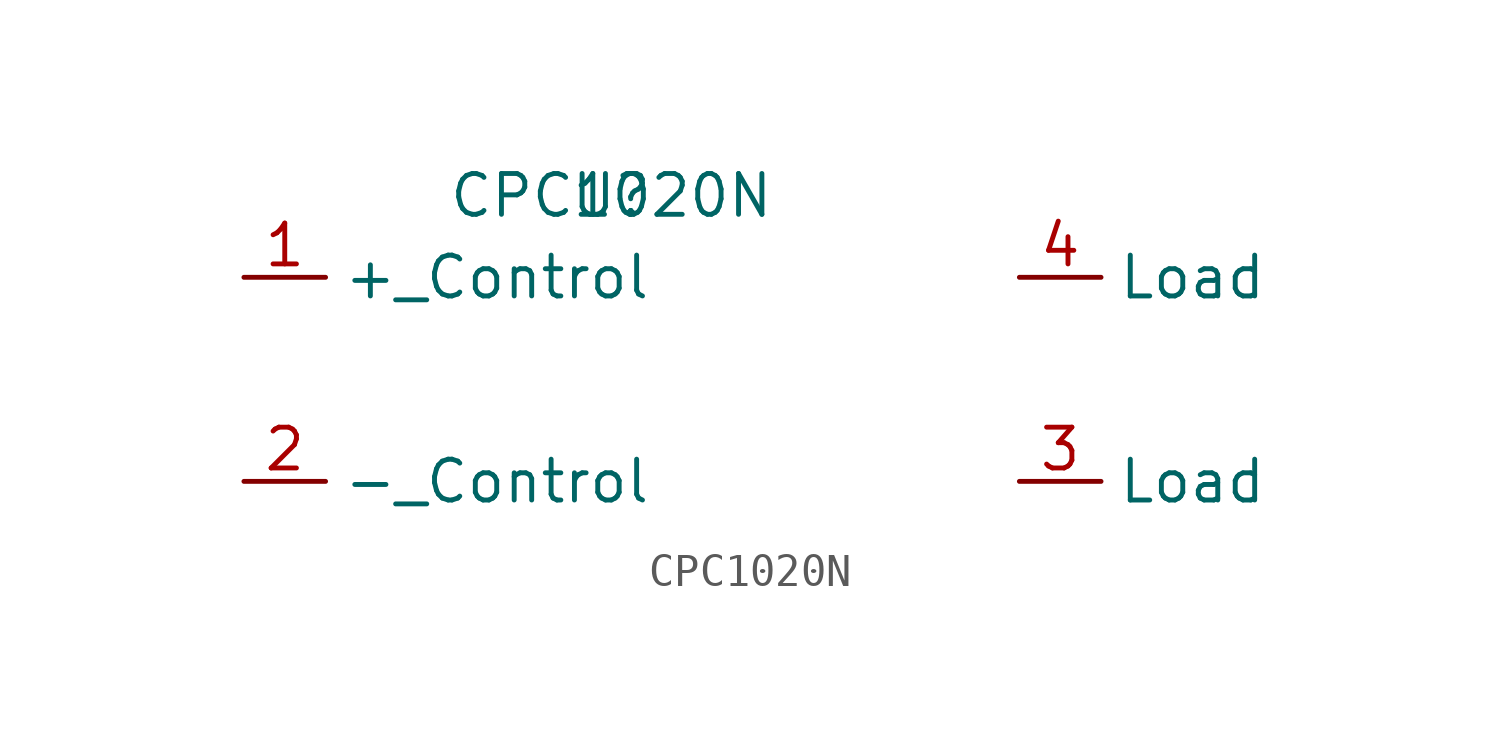
<source format=kicad_sym>
(kicad_symbol_lib
  (version 20211014)
  (generator kicad_symbol_editor)
  (symbol "CPC1020N"
    (property "Reference" "U"
      (at 0 0 0)
      (effects (font (size 1.27 1.27))))
    (property "Value" "CPC1020N"
      (at 0 0 0)
      (effects (font (size 1.27 1.27))))
    (symbol "CPC1020N_1_1"
      (pin input line (at -11.43 -2.54 0) (length 2.54) (name "+_Control" (effects (font (size 1.27 1.27)))) (number "1" (effects (font (size 1.27 1.27)))))
      (pin input line (at -11.43 -8.89 0) (length 2.54) (name "-_Control" (effects (font (size 1.27 1.27)))) (number "2" (effects (font (size 1.27 1.27)))))
      (pin bidirectional line (at 12.7 -8.89 0) (length 2.54) (name "Load" (effects (font (size 1.27 1.27)))) (number "3" (effects (font (size 1.27 1.27)))))
      (pin bidirectional line (at 12.7 -2.54 0) (length 2.54) (name "Load" (effects (font (size 1.27 1.27)))) (number "4" (effects (font (size 1.27 1.27))))))))
</source>
